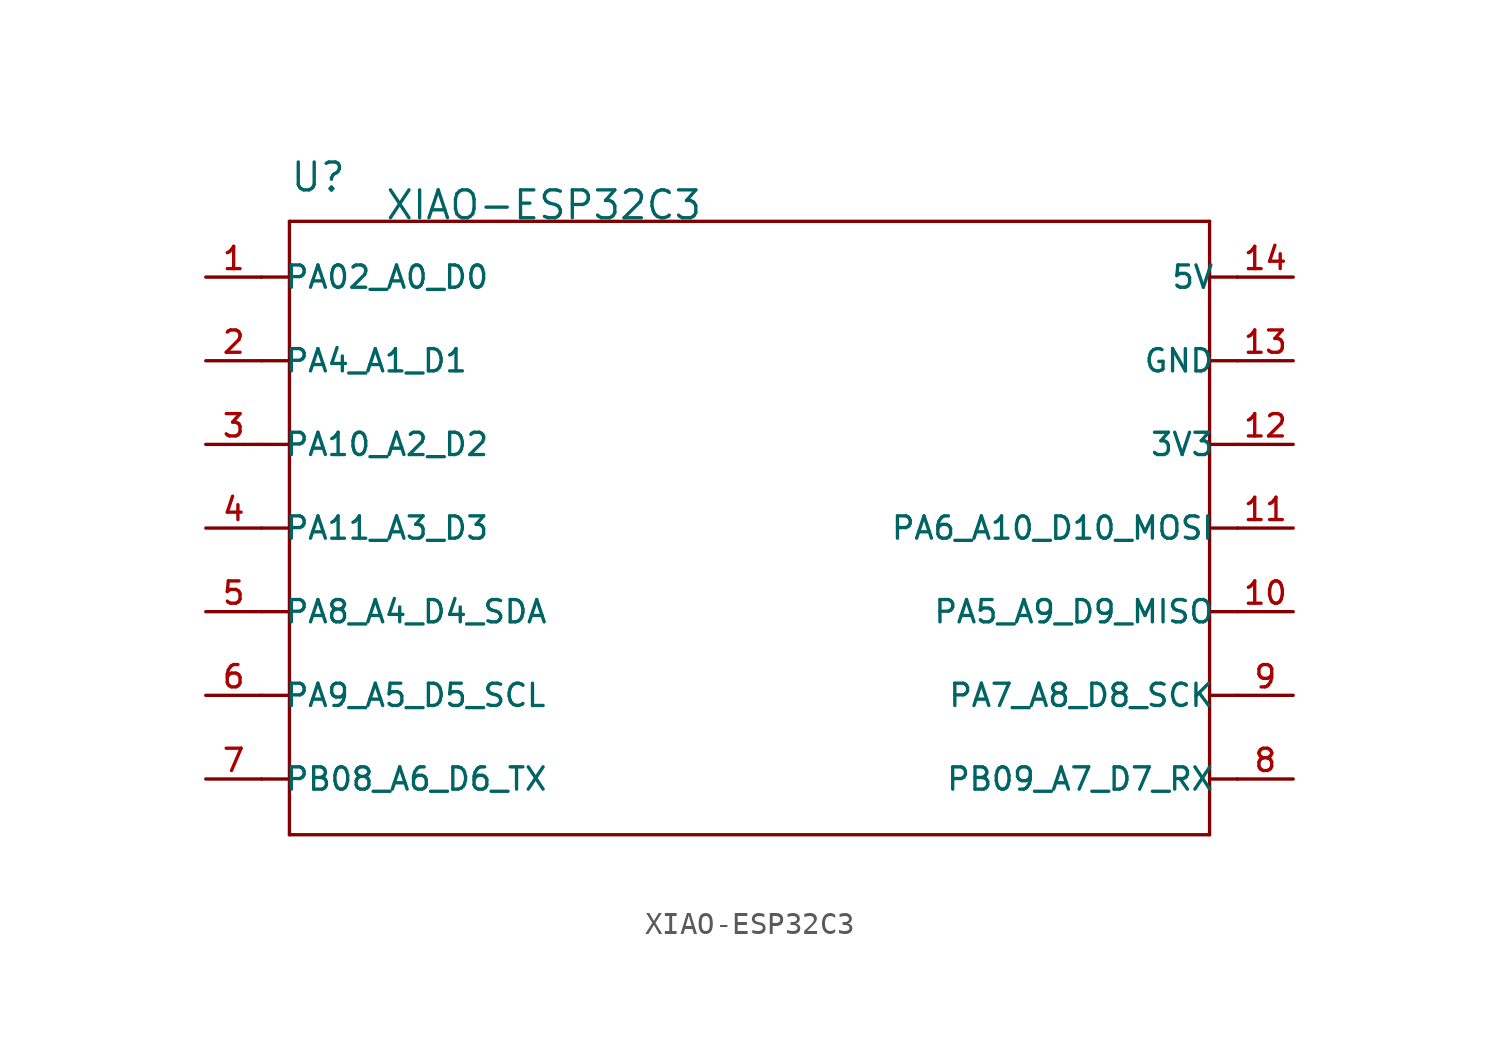
<source format=kicad_sym>
(kicad_symbol_lib
  (version 20231120)
  (generator "kicad_symbol_editor")
  (generator_version "8.0")
  (symbol "XIAO-ESP32C3"
    (pin_names
      (offset 1.016))
    (property "Reference" "U"
      (at -21.59 15.24 0)
      (effects (font (size 1.27 1.27)) (justify left bottom)))
    (property "Value" "XIAO-ESP32C3"
      (at -17.272 13.97 0)
      (effects (font (size 1.27 1.27)) (justify left bottom)))
    (symbol "XIAO-ESP32C3_0_0"
      (polyline (pts (xy -21.59 -13.97) (xy -21.59 0)) (stroke (width 0.152) (type default)) (fill (type none)))
      (polyline (pts (xy -21.59 -11.43) (xy -22.86 -11.43)) (stroke (width 0.152) (type default)) (fill (type none)))
      (polyline (pts (xy -21.59 -7.62) (xy -22.86 -7.62)) (stroke (width 0.152) (type default)) (fill (type none)))
      (polyline (pts (xy -21.59 -3.81) (xy -22.86 -3.81)) (stroke (width 0.152) (type default)) (fill (type none)))
      (polyline (pts (xy -21.59 0) (xy -22.86 0)) (stroke (width 0.152) (type default)) (fill (type none)))
      (polyline (pts (xy -21.59 0) (xy -21.59 3.81)) (stroke (width 0.152) (type default)) (fill (type none)))
      (polyline (pts (xy -21.59 3.81) (xy -22.86 3.81)) (stroke (width 0.152) (type default)) (fill (type none)))
      (polyline (pts (xy -21.59 3.81) (xy -21.59 7.62)) (stroke (width 0.152) (type default)) (fill (type none)))
      (polyline (pts (xy -21.59 7.62) (xy -22.86 7.62)) (stroke (width 0.152) (type default)) (fill (type none)))
      (polyline (pts (xy -21.59 7.62) (xy -21.59 11.43)) (stroke (width 0.152) (type default)) (fill (type none)))
      (polyline (pts (xy -21.59 11.43) (xy -22.86 11.43)) (stroke (width 0.152) (type default)) (fill (type none)))
      (polyline (pts (xy -21.59 11.43) (xy -21.59 13.97)) (stroke (width 0.152) (type default)) (fill (type none)))
      (polyline (pts (xy -21.59 13.97) (xy 20.32 13.97)) (stroke (width 0.152) (type default)) (fill (type none)))
      (polyline (pts (xy 20.32 -13.97) (xy -21.59 -13.97)) (stroke (width 0.152) (type default)) (fill (type none)))
      (polyline (pts (xy 20.32 3.81) (xy 20.32 -13.97)) (stroke (width 0.152) (type default)) (fill (type none)))
      (polyline (pts (xy 20.32 7.62) (xy 20.32 3.81)) (stroke (width 0.152) (type default)) (fill (type none)))
      (polyline (pts (xy 20.32 11.43) (xy 20.32 7.62)) (stroke (width 0.152) (type default)) (fill (type none)))
      (polyline (pts (xy 20.32 13.97) (xy 20.32 11.43)) (stroke (width 0.152) (type default)) (fill (type none)))
      (polyline (pts (xy 21.59 -11.43) (xy 20.32 -11.43)) (stroke (width 0.152) (type default)) (fill (type none)))
      (polyline (pts (xy 21.59 -7.62) (xy 20.32 -7.62)) (stroke (width 0.152) (type default)) (fill (type none)))
      (polyline (pts (xy 21.59 -3.81) (xy 20.32 -3.81)) (stroke (width 0.152) (type default)) (fill (type none)))
      (polyline (pts (xy 21.59 0) (xy 20.32 0)) (stroke (width 0.152) (type default)) (fill (type none)))
      (polyline (pts (xy 21.59 3.81) (xy 20.32 3.81)) (stroke (width 0.152) (type default)) (fill (type none)))
      (polyline (pts (xy 21.59 7.62) (xy 20.32 7.62)) (stroke (width 0.152) (type default)) (fill (type none)))
      (polyline (pts (xy 21.59 11.43) (xy 20.32 11.43)) (stroke (width 0.152) (type default)) (fill (type none)))
      (pin bidirectional line (at -25.4 11.43 0) (length 2.54) (name "PA02_A0_D0" (effects (font (size 1.016 1.016)))) (number "1" (effects (font (size 1.016 1.016)))))
      (pin bidirectional line (at 24.13 -3.81 180) (length 2.54) (name "PA5_A9_D9_MISO" (effects (font (size 1.016 1.016)))) (number "10" (effects (font (size 1.016 1.016)))))
      (pin bidirectional line (at 24.13 0 180) (length 2.54) (name "PA6_A10_D10_MOSI" (effects (font (size 1.016 1.016)))) (number "11" (effects (font (size 1.016 1.016)))))
      (pin bidirectional line (at 24.13 3.81 180) (length 2.54) (name "3V3" (effects (font (size 1.016 1.016)))) (number "12" (effects (font (size 1.016 1.016)))))
      (pin bidirectional line (at 24.13 7.62 180) (length 2.54) (name "GND" (effects (font (size 1.016 1.016)))) (number "13" (effects (font (size 1.016 1.016)))))
      (pin bidirectional line (at 24.13 11.43 180) (length 2.54) (name "5V" (effects (font (size 1.016 1.016)))) (number "14" (effects (font (size 1.016 1.016)))))
      (pin bidirectional line (at -25.4 7.62 0) (length 2.54) (name "PA4_A1_D1" (effects (font (size 1.016 1.016)))) (number "2" (effects (font (size 1.016 1.016)))))
      (pin bidirectional line (at -25.4 3.81 0) (length 2.54) (name "PA10_A2_D2" (effects (font (size 1.016 1.016)))) (number "3" (effects (font (size 1.016 1.016)))))
      (pin bidirectional line (at -25.4 0 0) (length 2.54) (name "PA11_A3_D3" (effects (font (size 1.016 1.016)))) (number "4" (effects (font (size 1.016 1.016)))))
      (pin bidirectional line (at -25.4 -3.81 0) (length 2.54) (name "PA8_A4_D4_SDA" (effects (font (size 1.016 1.016)))) (number "5" (effects (font (size 1.016 1.016)))))
      (pin bidirectional line (at -25.4 -7.62 0) (length 2.54) (name "PA9_A5_D5_SCL" (effects (font (size 1.016 1.016)))) (number "6" (effects (font (size 1.016 1.016)))))
      (pin bidirectional line (at -25.4 -11.43 0) (length 2.54) (name "PB08_A6_D6_TX" (effects (font (size 1.016 1.016)))) (number "7" (effects (font (size 1.016 1.016)))))
      (pin bidirectional line (at 24.13 -11.43 180) (length 2.54) (name "PB09_A7_D7_RX" (effects (font (size 1.016 1.016)))) (number "8" (effects (font (size 1.016 1.016)))))
      (pin bidirectional line (at 24.13 -7.62 180) (length 2.54) (name "PA7_A8_D8_SCK" (effects (font (size 1.016 1.016)))) (number "9" (effects (font (size 1.016 1.016))))))))
</source>
